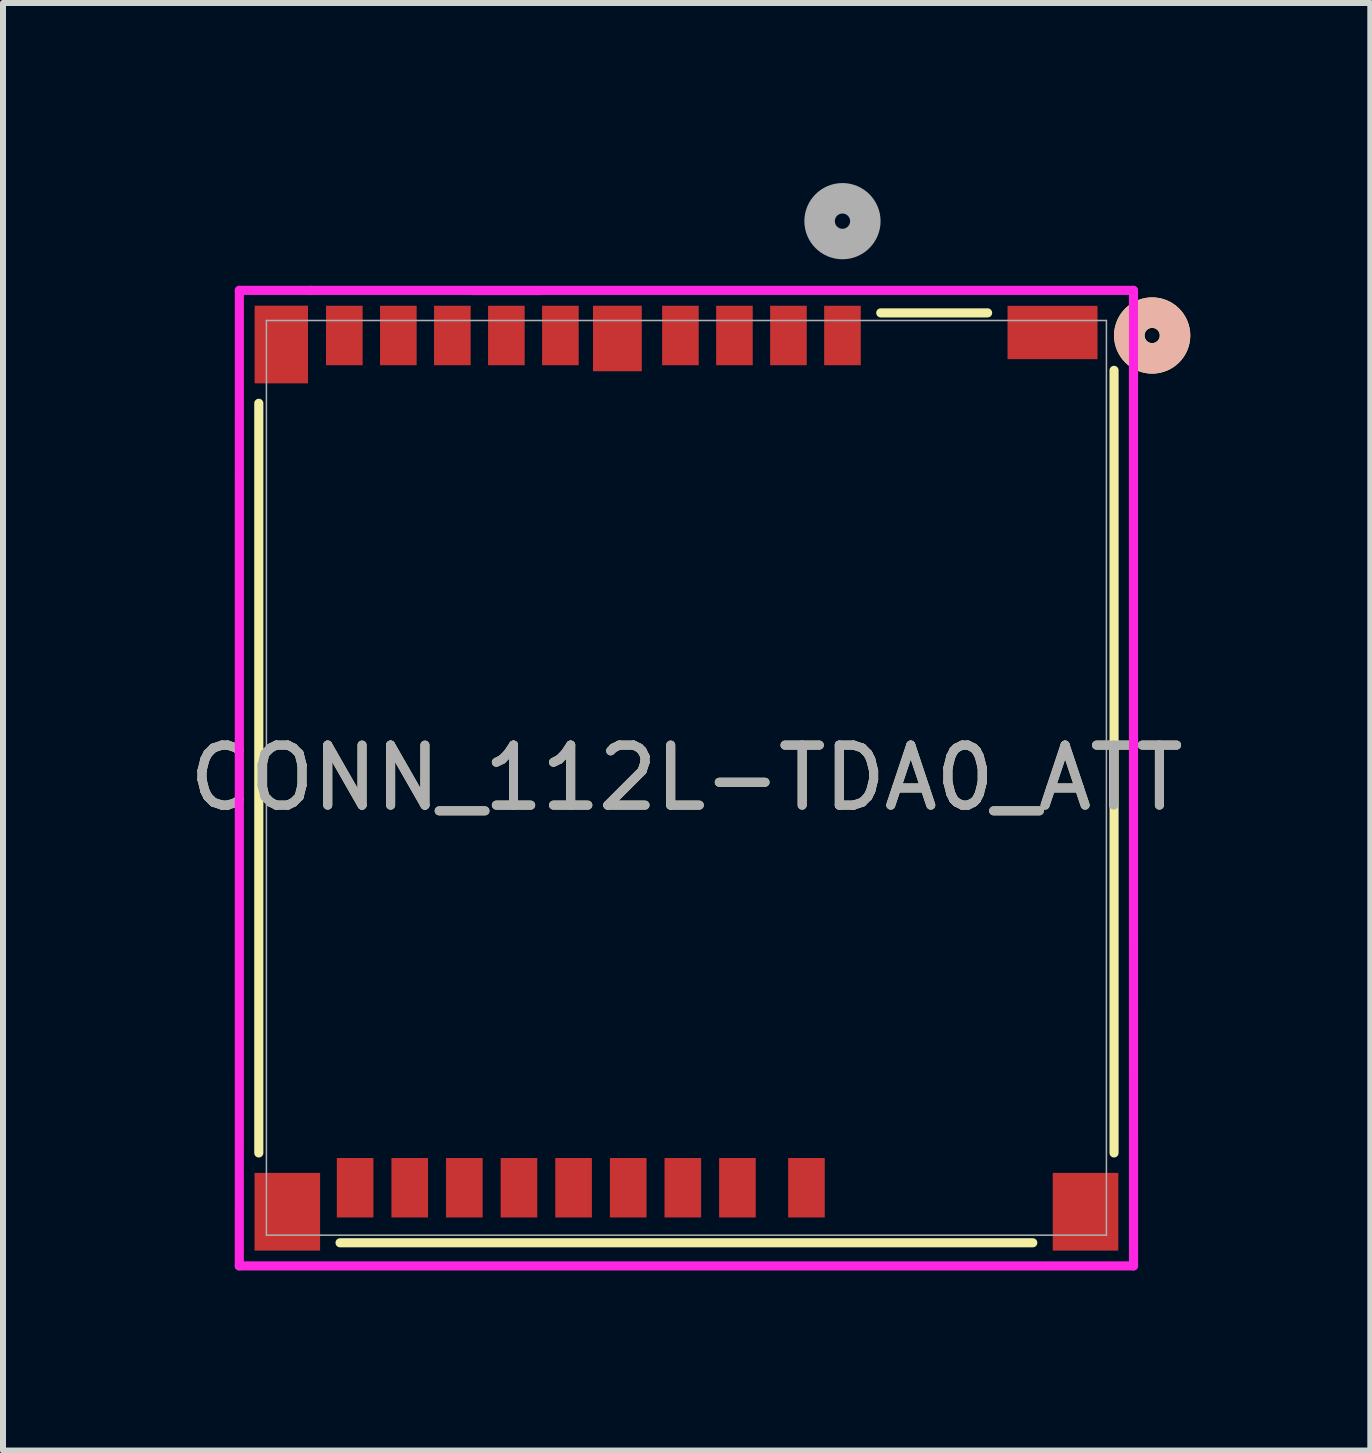
<source format=kicad_pcb>
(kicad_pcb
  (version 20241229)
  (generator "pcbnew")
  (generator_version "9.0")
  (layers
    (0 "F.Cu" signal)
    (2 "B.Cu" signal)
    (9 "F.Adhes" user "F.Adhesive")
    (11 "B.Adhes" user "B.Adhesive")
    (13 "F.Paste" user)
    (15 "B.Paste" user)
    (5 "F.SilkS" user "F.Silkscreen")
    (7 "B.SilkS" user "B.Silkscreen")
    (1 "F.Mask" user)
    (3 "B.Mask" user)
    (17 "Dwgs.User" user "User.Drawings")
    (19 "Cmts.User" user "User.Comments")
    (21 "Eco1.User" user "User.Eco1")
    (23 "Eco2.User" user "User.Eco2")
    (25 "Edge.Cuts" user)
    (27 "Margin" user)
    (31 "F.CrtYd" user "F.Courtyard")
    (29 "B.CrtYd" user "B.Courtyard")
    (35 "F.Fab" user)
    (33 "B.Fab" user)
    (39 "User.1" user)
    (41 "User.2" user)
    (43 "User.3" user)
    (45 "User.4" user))
  (footprint "CONN_112L-TDA0_ATT"
    (layer "F.Cu")
    (at 8.387 9.91)
    (property "Reference" "CONN_112L-TDA0_ATT" (at 0 0 0) (unlocked yes) (layer "F.SilkS") (effects (font (size 1 1) (thickness 0.15))))
    (attr smd)
    (fp_line (start -7.125 -6.24) (end -7.125 6.25) (stroke (width 0.152) (type solid)) (layer "F.SilkS"))
    (fp_line (start -5.771 7.747) (end 5.771 7.747) (stroke (width 0.152) (type solid)) (layer "F.SilkS"))
    (fp_line (start 5.018 -7.747) (end 3.238 -7.747) (stroke (width 0.152) (type solid)) (layer "F.SilkS"))
    (fp_line (start 7.125 6.25) (end 7.125 -6.789) (stroke (width 0.152) (type solid)) (layer "F.SilkS"))
    (fp_circle (center 7.76 -7.37) (end 8.141 -7.37) (stroke (width 0.508) (type solid)) (fill no) (layer "F.SilkS"))
    (fp_circle (center 7.76 -7.37) (end 8.141 -7.37) (stroke (width 0.508) (type solid)) (fill no) (layer "B.SilkS"))
    (fp_line (start -7.45 8.132) (end 7.45 8.132) (stroke (width 0.152) (type solid)) (layer "F.CrtYd"))
    (fp_line (start -7.449 -8.122) (end -7.45 8.132) (stroke (width 0.152) (type solid)) (layer "F.CrtYd"))
    (fp_line (start -6.259 -8.119) (end -6.259 -8.122) (stroke (width 0.152) (type solid)) (layer "F.CrtYd"))
    (fp_line (start -2.441 -8.119) (end -3.559 -8.119) (stroke (width 0.152) (type solid)) (layer "F.CrtYd"))
    (fp_line (start 7.449 -8.122) (end -7.449 -8.122) (stroke (width 0.152) (type solid)) (layer "F.CrtYd"))
    (fp_line (start 7.45 8.132) (end 7.449 -8.122) (stroke (width 0.152) (type solid)) (layer "F.CrtYd"))
    (fp_line (start -6.998 -7.62) (end -6.998 7.62) (stroke (width 0.025) (type solid)) (layer "F.Fab"))
    (fp_line (start -6.998 7.62) (end 6.998 7.62) (stroke (width 0.025) (type solid)) (layer "F.Fab"))
    (fp_line (start 6.998 -7.62) (end -6.998 -7.62) (stroke (width 0.025) (type solid)) (layer "F.Fab"))
    (fp_line (start 6.998 7.62) (end 6.998 -7.62) (stroke (width 0.025) (type solid)) (layer "F.Fab"))
    (fp_circle (center 2.6 -9.275) (end 2.981 -9.275) (stroke (width 0.508) (type solid)) (fill no) (layer "F.Fab"))
    (fp_text user "${REFERENCE}" (at 0 0 0) (unlocked yes) (layer "F.Fab") (effects (font (size 1 1) (thickness 0.15))))
    (pad "1" smd rect (at 2.6 -7.37) (size 0.61 0.991) (layers "F.Cu" "F.Mask" "F.Paste"))
    (pad "2" smd rect (at 1.7 -7.37) (size 0.61 0.991) (layers "F.Cu" "F.Mask" "F.Paste"))
    (pad "3" smd rect (at 0.8 -7.37) (size 0.61 0.991) (layers "F.Cu" "F.Mask" "F.Paste"))
    (pad "4" smd rect (at -0.1 -7.37) (size 0.61 0.991) (layers "F.Cu" "F.Mask" "F.Paste"))
    (pad "5" smd rect (at -2.1 -7.37) (size 0.61 0.991) (layers "F.Cu" "F.Mask" "F.Paste"))
    (pad "6" smd rect (at -3.9 -7.37) (size 0.61 0.991) (layers "F.Cu" "F.Mask" "F.Paste"))
    (pad "7" smd rect (at -4.8 -7.37) (size 0.61 0.991) (layers "F.Cu" "F.Mask" "F.Paste"))
    (pad "8" smd rect (at -5.7 -7.37) (size 0.61 0.991) (layers "F.Cu" "F.Mask" "F.Paste"))
    (pad "9" smd rect (at 2 6.83) (size 0.61 0.991) (layers "F.Cu" "F.Mask" "F.Paste"))
    (pad "10" smd rect (at -0.06 6.83) (size 0.61 0.991) (layers "F.Cu" "F.Mask" "F.Paste"))
    (pad "11" smd rect (at -0.97 6.83) (size 0.61 0.991) (layers "F.Cu" "F.Mask" "F.Paste"))
    (pad "12" smd rect (at -1.88 6.83) (size 0.61 0.991) (layers "F.Cu" "F.Mask" "F.Paste"))
    (pad "13" smd rect (at -2.79 6.83) (size 0.61 0.991) (layers "F.Cu" "F.Mask" "F.Paste"))
    (pad "14" smd rect (at -3.7 6.83) (size 0.61 0.991) (layers "F.Cu" "F.Mask" "F.Paste"))
    (pad "15" smd rect (at -4.61 6.83) (size 0.61 0.991) (layers "F.Cu" "F.Mask" "F.Paste"))
    (pad "16" smd rect (at -5.52 6.83) (size 0.61 0.991) (layers "F.Cu" "F.Mask" "F.Paste"))
    (pad "17" smd rect (at 0.85 6.83) (size 0.61 0.991) (layers "F.Cu" "F.Mask" "F.Paste"))
    (pad "18" smd rect (at -3 -7.37) (size 0.61 0.991) (layers "F.Cu" "F.Mask" "F.Paste"))
    (pad "19" smd rect (at -6.75 -7.22) (size 0.889 1.295) (layers "F.Cu" "F.Mask" "F.Paste"))
    (pad "20" smd rect (at -1.15 -7.32) (size 0.813 1.092) (layers "F.Cu" "F.Mask" "F.Paste"))
    (pad "21" smd rect (at 6.1 -7.42) (size 1.499 0.889) (layers "F.Cu" "F.Mask" "F.Paste"))
    (pad "22" smd rect (at -6.65 7.23) (size 1.092 1.295) (layers "F.Cu" "F.Mask" "F.Paste"))
    (pad "23" smd rect (at 6.65 7.23) (size 1.092 1.295) (layers "F.Cu" "F.Mask" "F.Paste")))
  (gr_rect
    (start -3 -3)
    (end 19.782 21.118)
    (stroke (width 0.1) (type default))
    (fill no)
    (layer "Edge.Cuts")))
</source>
